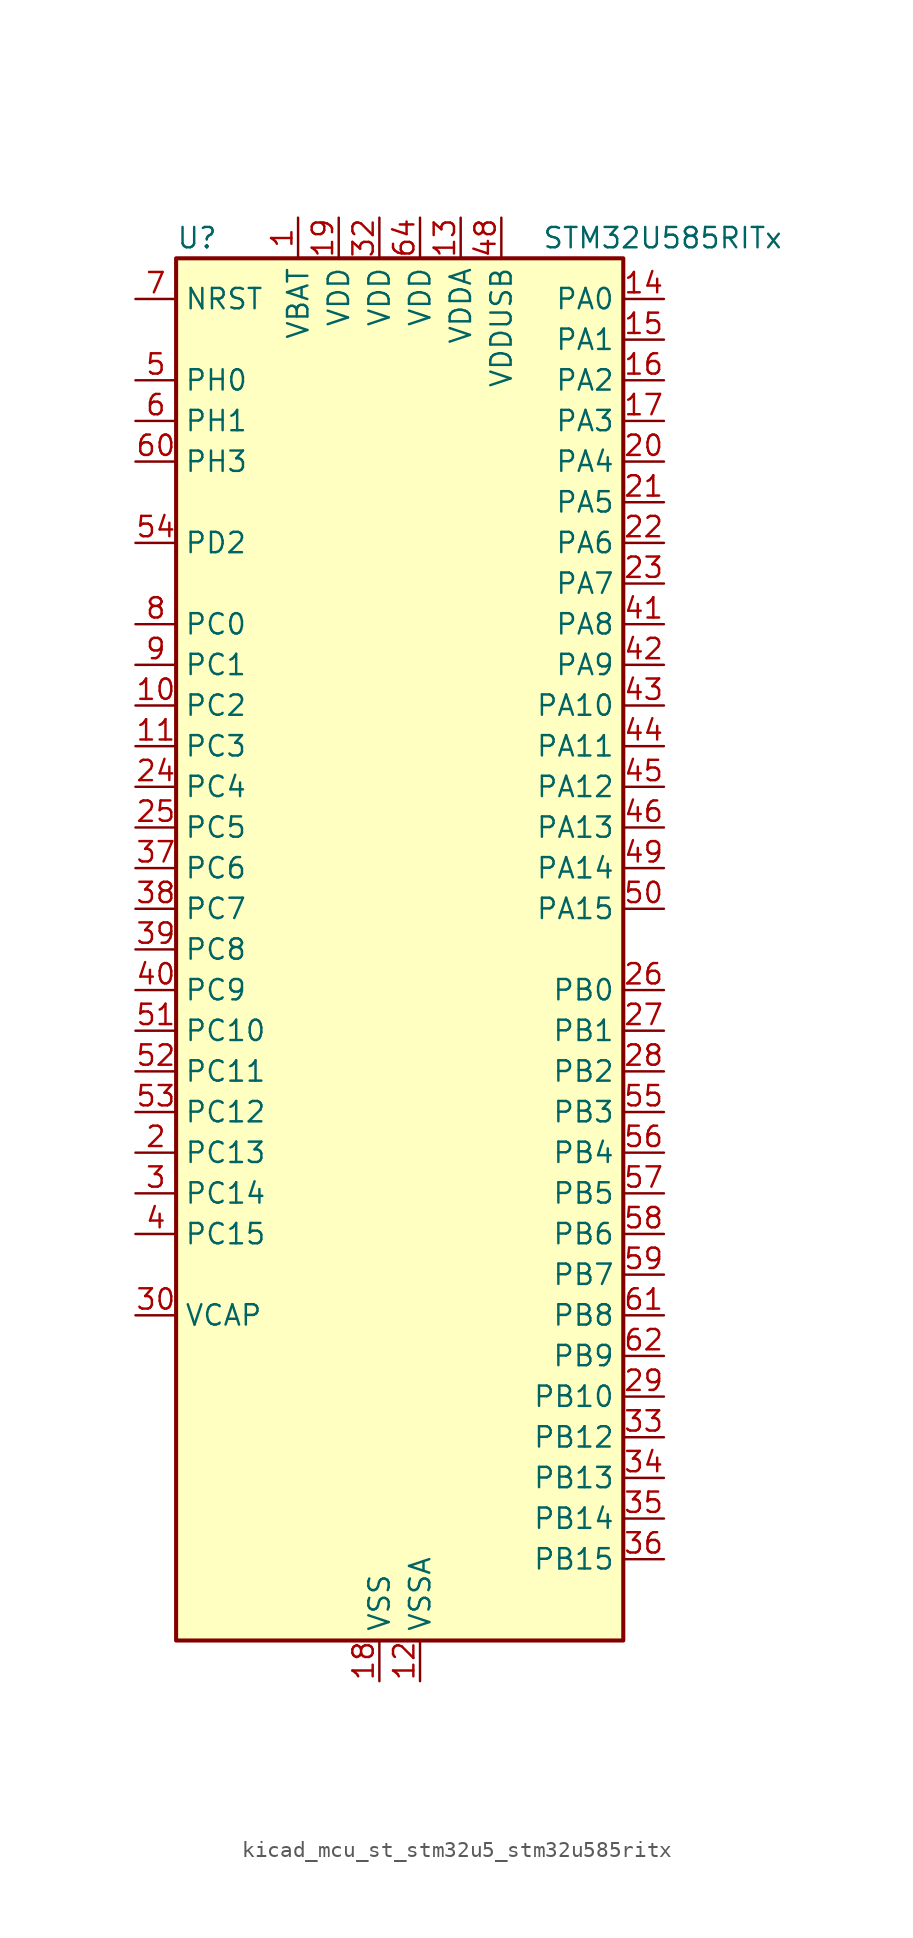
<source format=kicad_sym>
(kicad_symbol_lib
  (version 20220914)
  (generator kicad_symbol_editor)
  (symbol "kicad_mcu_st_stm32u5_stm32u585ritx"
    (property "Reference" "U"
      (at -12.7 44.45 0)
      (effects (font (size 1.27 1.27)) (justify left)))
    (property "Value" "STM32U585RITx"
      (at 10.16 44.45 0)
      (effects (font (size 1.27 1.27)) (justify left)))
    (property "ki_locked" ""
      (at 0 0 0)
      (effects (font (size 1.27 1.27))))
    (symbol "kicad_mcu_st_stm32u5_stm32u585ritx_0_1"
      (rectangle (start -12.7 -43.18) (end 15.24 43.18) (stroke (width 0.254) (type default)) (fill (type background))))
    (symbol "kicad_mcu_st_stm32u5_stm32u585ritx_1_1"
      (pin power_in line (at -5.08 45.72 270) (length 2.54) (name "VBAT" (effects (font (size 1.27 1.27)))) (number "1" (effects (font (size 1.27 1.27)))))
      (pin bidirectional line (at -15.24 15.24 0) (length 2.54) (name "PC2" (effects (font (size 1.27 1.27)))) (number "10" (effects (font (size 1.27 1.27)))) (alternate "ADC1_IN3" bidirectional line) (alternate "ADC4_IN3" bidirectional line) (alternate "LPTIM1_IN2" bidirectional line) (alternate "MDF1_CCK1" bidirectional line) (alternate "OCTOSPIM_P1_IO5" bidirectional line) (alternate "SPI2_MISO" bidirectional line))
      (pin bidirectional line (at -15.24 12.7 0) (length 2.54) (name "PC3" (effects (font (size 1.27 1.27)))) (number "11" (effects (font (size 1.27 1.27)))) (alternate "ADC1_IN4" bidirectional line) (alternate "ADC4_IN4" bidirectional line) (alternate "LPTIM1_ETR" bidirectional line) (alternate "LPTIM2_ETR" bidirectional line) (alternate "LPTIM3_CH1" bidirectional line) (alternate "OCTOSPIM_P1_IO6" bidirectional line) (alternate "SAI1_D1" bidirectional line) (alternate "SAI1_SD_A" bidirectional line) (alternate "SPI2_MOSI" bidirectional line))
      (pin power_in line (at 2.54 -45.72 90) (length 2.54) (name "VSSA" (effects (font (size 1.27 1.27)))) (number "12" (effects (font (size 1.27 1.27)))))
      (pin power_in line (at 5.08 45.72 270) (length 2.54) (name "VDDA" (effects (font (size 1.27 1.27)))) (number "13" (effects (font (size 1.27 1.27)))))
      (pin bidirectional line (at 17.78 40.64 180) (length 2.54) (name "PA0" (effects (font (size 1.27 1.27)))) (number "14" (effects (font (size 1.27 1.27)))) (alternate "ADC1_IN5" bidirectional line) (alternate "AUDIOCLK" bidirectional line) (alternate "OCTOSPIM_P2_NCS" bidirectional line) (alternate "OPAMP1_VINP" bidirectional line) (alternate "PWR_WKUP1" bidirectional line) (alternate "SDMMC2_CMD" bidirectional line) (alternate "SPI3_RDY" bidirectional line) (alternate "TAMP_IN2" bidirectional line) (alternate "TAMP_OUT1" bidirectional line) (alternate "TIM2_CH1" bidirectional line) (alternate "TIM2_ETR" bidirectional line) (alternate "TIM5_CH1" bidirectional line) (alternate "TIM8_ETR" bidirectional line) (alternate "UART4_TX" bidirectional line) (alternate "USART2_CTS" bidirectional line))
      (pin bidirectional line (at 17.78 38.1 180) (length 2.54) (name "PA1" (effects (font (size 1.27 1.27)))) (number "15" (effects (font (size 1.27 1.27)))) (alternate "ADC1_IN6" bidirectional line) (alternate "I2C1_SMBA" bidirectional line) (alternate "LPTIM1_CH2" bidirectional line) (alternate "OCTOSPIM_P1_DQS" bidirectional line) (alternate "OPAMP1_VINM" bidirectional line) (alternate "PWR_WKUP3" bidirectional line) (alternate "SPI1_SCK" bidirectional line) (alternate "TAMP_IN5" bidirectional line) (alternate "TAMP_OUT4" bidirectional line) (alternate "TIM15_CH1N" bidirectional line) (alternate "TIM2_CH2" bidirectional line) (alternate "TIM5_CH2" bidirectional line) (alternate "UART4_RX" bidirectional line) (alternate "USART2_DE" bidirectional line) (alternate "USART2_RTS" bidirectional line))
      (pin bidirectional line (at 17.78 35.56 180) (length 2.54) (name "PA2" (effects (font (size 1.27 1.27)))) (number "16" (effects (font (size 1.27 1.27)))) (alternate "ADC1_IN7" bidirectional line) (alternate "COMP1_INP" bidirectional line) (alternate "LPUART1_TX" bidirectional line) (alternate "OCTOSPIM_P1_NCS" bidirectional line) (alternate "PWR_WKUP4" bidirectional line) (alternate "RCC_LSCO" bidirectional line) (alternate "SPI1_RDY" bidirectional line) (alternate "TIM15_CH1" bidirectional line) (alternate "TIM2_CH3" bidirectional line) (alternate "TIM5_CH3" bidirectional line) (alternate "UCPD1_FRSTX1" bidirectional line) (alternate "USART2_TX" bidirectional line))
      (pin bidirectional line (at 17.78 33.02 180) (length 2.54) (name "PA3" (effects (font (size 1.27 1.27)))) (number "17" (effects (font (size 1.27 1.27)))) (alternate "ADC1_IN8" bidirectional line) (alternate "LPUART1_RX" bidirectional line) (alternate "OCTOSPIM_P1_CLK" bidirectional line) (alternate "OPAMP1_VOUT" bidirectional line) (alternate "PWR_WKUP5" bidirectional line) (alternate "SAI1_CK1" bidirectional line) (alternate "SAI1_MCLK_A" bidirectional line) (alternate "TIM15_CH2" bidirectional line) (alternate "TIM2_CH4" bidirectional line) (alternate "TIM5_CH4" bidirectional line) (alternate "USART2_RX" bidirectional line))
      (pin power_in line (at 0 -45.72 90) (length 2.54) (name "VSS" (effects (font (size 1.27 1.27)))) (number "18" (effects (font (size 1.27 1.27)))))
      (pin power_in line (at -2.54 45.72 270) (length 2.54) (name "VDD" (effects (font (size 1.27 1.27)))) (number "19" (effects (font (size 1.27 1.27)))))
      (pin bidirectional line (at -15.24 -12.7 0) (length 2.54) (name "PC13" (effects (font (size 1.27 1.27)))) (number "2" (effects (font (size 1.27 1.27)))) (alternate "PWR_WKUP2" bidirectional line) (alternate "RTC_OUT1" bidirectional line) (alternate "RTC_TS" bidirectional line) (alternate "TAMP_IN1" bidirectional line) (alternate "TAMP_OUT2" bidirectional line))
      (pin bidirectional line (at 17.78 30.48 180) (length 2.54) (name "PA4" (effects (font (size 1.27 1.27)))) (number "20" (effects (font (size 1.27 1.27)))) (alternate "ADC1_IN9" bidirectional line) (alternate "ADC4_IN9" bidirectional line) (alternate "DAC1_OUT1" bidirectional line) (alternate "DCMI_HSYNC" bidirectional line) (alternate "LPTIM2_CH1" bidirectional line) (alternate "OCTOSPIM_P1_NCS" bidirectional line) (alternate "PSSI_DE" bidirectional line) (alternate "PWR_WKUP2" bidirectional line) (alternate "SAI1_FS_B" bidirectional line) (alternate "SPI1_NSS" bidirectional line) (alternate "SPI3_NSS" bidirectional line) (alternate "USART2_CK" bidirectional line))
      (pin bidirectional line (at 17.78 27.94 180) (length 2.54) (name "PA5" (effects (font (size 1.27 1.27)))) (number "21" (effects (font (size 1.27 1.27)))) (alternate "ADC1_IN10" bidirectional line) (alternate "ADC4_IN10" bidirectional line) (alternate "DAC1_OUT2" bidirectional line) (alternate "LPTIM2_ETR" bidirectional line) (alternate "PSSI_D14" bidirectional line) (alternate "PWR_CSLEEP" bidirectional line) (alternate "PWR_WKUP6" bidirectional line) (alternate "SPI1_SCK" bidirectional line) (alternate "TIM2_CH1" bidirectional line) (alternate "TIM2_ETR" bidirectional line) (alternate "TIM8_CH1N" bidirectional line) (alternate "USART3_RX" bidirectional line))
      (pin bidirectional line (at 17.78 25.4 180) (length 2.54) (name "PA6" (effects (font (size 1.27 1.27)))) (number "22" (effects (font (size 1.27 1.27)))) (alternate "ADC1_IN11" bidirectional line) (alternate "ADC4_IN11" bidirectional line) (alternate "DCMI_PIXCLK" bidirectional line) (alternate "LPUART1_CTS" bidirectional line) (alternate "OCTOSPIM_P1_IO3" bidirectional line) (alternate "OPAMP2_VINP" bidirectional line) (alternate "PSSI_PDCK" bidirectional line) (alternate "PWR_CDSTOP" bidirectional line) (alternate "PWR_WKUP7" bidirectional line) (alternate "SPI1_MISO" bidirectional line) (alternate "TIM16_CH1" bidirectional line) (alternate "TIM1_BKIN" bidirectional line) (alternate "TIM3_CH1" bidirectional line) (alternate "TIM8_BKIN" bidirectional line) (alternate "USART3_CTS" bidirectional line))
      (pin bidirectional line (at 17.78 22.86 180) (length 2.54) (name "PA7" (effects (font (size 1.27 1.27)))) (number "23" (effects (font (size 1.27 1.27)))) (alternate "ADC1_IN12" bidirectional line) (alternate "ADC4_IN20" bidirectional line) (alternate "I2C3_SCL" bidirectional line) (alternate "LPTIM2_CH2" bidirectional line) (alternate "OCTOSPIM_P1_IO2" bidirectional line) (alternate "OPAMP2_VINM" bidirectional line) (alternate "PWR_SRDSTOP" bidirectional line) (alternate "PWR_WKUP8" bidirectional line) (alternate "SPI1_MOSI" bidirectional line) (alternate "TIM17_CH1" bidirectional line) (alternate "TIM1_CH1N" bidirectional line) (alternate "TIM3_CH2" bidirectional line) (alternate "TIM8_CH1N" bidirectional line) (alternate "USART3_TX" bidirectional line))
      (pin bidirectional line (at -15.24 10.16 0) (length 2.54) (name "PC4" (effects (font (size 1.27 1.27)))) (number "24" (effects (font (size 1.27 1.27)))) (alternate "ADC1_IN13" bidirectional line) (alternate "ADC4_IN22" bidirectional line) (alternate "COMP1_INM" bidirectional line) (alternate "OCTOSPIM_P1_IO7" bidirectional line) (alternate "USART3_TX" bidirectional line))
      (pin bidirectional line (at -15.24 7.62 0) (length 2.54) (name "PC5" (effects (font (size 1.27 1.27)))) (number "25" (effects (font (size 1.27 1.27)))) (alternate "ADC1_IN14" bidirectional line) (alternate "ADC4_IN23" bidirectional line) (alternate "COMP1_INP" bidirectional line) (alternate "PSSI_D15" bidirectional line) (alternate "PWR_WKUP5" bidirectional line) (alternate "SAI1_D3" bidirectional line) (alternate "TAMP_IN4" bidirectional line) (alternate "TAMP_OUT5" bidirectional line) (alternate "TIM1_CH4N" bidirectional line) (alternate "USART3_RX" bidirectional line))
      (pin bidirectional line (at 17.78 -2.54 180) (length 2.54) (name "PB0" (effects (font (size 1.27 1.27)))) (number "26" (effects (font (size 1.27 1.27)))) (alternate "ADC1_IN15" bidirectional line) (alternate "ADC4_IN18" bidirectional line) (alternate "AUDIOCLK" bidirectional line) (alternate "COMP1_OUT" bidirectional line) (alternate "LPTIM3_CH1" bidirectional line) (alternate "OCTOSPIM_P1_IO1" bidirectional line) (alternate "OPAMP2_VOUT" bidirectional line) (alternate "SPI1_NSS" bidirectional line) (alternate "TIM1_CH2N" bidirectional line) (alternate "TIM3_CH3" bidirectional line) (alternate "TIM8_CH2N" bidirectional line) (alternate "USART3_CK" bidirectional line))
      (pin bidirectional line (at 17.78 -5.08 180) (length 2.54) (name "PB1" (effects (font (size 1.27 1.27)))) (number "27" (effects (font (size 1.27 1.27)))) (alternate "ADC1_IN16" bidirectional line) (alternate "ADC4_IN19" bidirectional line) (alternate "COMP1_INM" bidirectional line) (alternate "LPTIM2_IN1" bidirectional line) (alternate "LPTIM3_CH2" bidirectional line) (alternate "LPUART1_DE" bidirectional line) (alternate "LPUART1_RTS" bidirectional line) (alternate "MDF1_SDI0" bidirectional line) (alternate "OCTOSPIM_P1_IO0" bidirectional line) (alternate "PWR_WKUP4" bidirectional line) (alternate "TIM1_CH3N" bidirectional line) (alternate "TIM3_CH4" bidirectional line) (alternate "TIM8_CH3N" bidirectional line) (alternate "USART3_DE" bidirectional line) (alternate "USART3_RTS" bidirectional line))
      (pin bidirectional line (at 17.78 -7.62 180) (length 2.54) (name "PB2" (effects (font (size 1.27 1.27)))) (number "28" (effects (font (size 1.27 1.27)))) (alternate "ADC1_IN17" bidirectional line) (alternate "COMP1_INP" bidirectional line) (alternate "I2C3_SMBA" bidirectional line) (alternate "LPTIM1_CH1" bidirectional line) (alternate "MDF1_CKI0" bidirectional line) (alternate "OCTOSPIM_P1_DQS" bidirectional line) (alternate "PWR_WKUP1" bidirectional line) (alternate "RTC_OUT2" bidirectional line) (alternate "SPI1_RDY" bidirectional line) (alternate "TIM8_CH4N" bidirectional line) (alternate "UCPD1_FRSTX1" bidirectional line))
      (pin bidirectional line (at 17.78 -27.94 180) (length 2.54) (name "PB10" (effects (font (size 1.27 1.27)))) (number "29" (effects (font (size 1.27 1.27)))) (alternate "COMP1_OUT" bidirectional line) (alternate "I2C2_SCL" bidirectional line) (alternate "I2C4_SCL" bidirectional line) (alternate "LPTIM3_CH1" bidirectional line) (alternate "LPUART1_RX" bidirectional line) (alternate "OCTOSPIM_P1_CLK" bidirectional line) (alternate "PWR_WKUP8" bidirectional line) (alternate "SAI1_SCK_A" bidirectional line) (alternate "SPI2_SCK" bidirectional line) (alternate "TIM2_CH3" bidirectional line) (alternate "TSC_SYNC" bidirectional line) (alternate "USART3_TX" bidirectional line))
      (pin bidirectional line (at -15.24 -15.24 0) (length 2.54) (name "PC14" (effects (font (size 1.27 1.27)))) (number "3" (effects (font (size 1.27 1.27)))) (alternate "RCC_OSC32_IN" bidirectional line))
      (pin power_out line (at -15.24 -22.86 0) (length 2.54) (name "VCAP" (effects (font (size 1.27 1.27)))) (number "30" (effects (font (size 1.27 1.27)))))
      (pin passive line (at 0 -45.72 90) (length 2.54) hide (name "VSS" (effects (font (size 1.27 1.27)))) (number "31" (effects (font (size 1.27 1.27)))))
      (pin power_in line (at 0 45.72 270) (length 2.54) (name "VDD" (effects (font (size 1.27 1.27)))) (number "32" (effects (font (size 1.27 1.27)))))
      (pin bidirectional line (at 17.78 -30.48 180) (length 2.54) (name "PB12" (effects (font (size 1.27 1.27)))) (number "33" (effects (font (size 1.27 1.27)))) (alternate "I2C2_SMBA" bidirectional line) (alternate "LPUART1_DE" bidirectional line) (alternate "LPUART1_RTS" bidirectional line) (alternate "MDF1_SDI1" bidirectional line) (alternate "OCTOSPIM_P1_NCLK" bidirectional line) (alternate "SPI2_NSS" bidirectional line) (alternate "TIM15_BKIN" bidirectional line) (alternate "TIM1_BKIN" bidirectional line) (alternate "TSC_G1_IO1" bidirectional line) (alternate "USART3_CK" bidirectional line))
      (pin bidirectional line (at 17.78 -33.02 180) (length 2.54) (name "PB13" (effects (font (size 1.27 1.27)))) (number "34" (effects (font (size 1.27 1.27)))) (alternate "I2C2_SCL" bidirectional line) (alternate "LPTIM3_IN1" bidirectional line) (alternate "LPUART1_CTS" bidirectional line) (alternate "MDF1_CKI1" bidirectional line) (alternate "SPI2_SCK" bidirectional line) (alternate "TIM15_CH1N" bidirectional line) (alternate "TIM1_CH1N" bidirectional line) (alternate "TSC_G1_IO2" bidirectional line) (alternate "USART3_CTS" bidirectional line))
      (pin bidirectional line (at 17.78 -35.56 180) (length 2.54) (name "PB14" (effects (font (size 1.27 1.27)))) (number "35" (effects (font (size 1.27 1.27)))) (alternate "I2C2_SDA" bidirectional line) (alternate "LPTIM3_ETR" bidirectional line) (alternate "MDF1_SDI2" bidirectional line) (alternate "SDMMC2_D0" bidirectional line) (alternate "SPI2_MISO" bidirectional line) (alternate "TIM15_CH1" bidirectional line) (alternate "TIM1_CH2N" bidirectional line) (alternate "TIM8_CH2N" bidirectional line) (alternate "TSC_G1_IO3" bidirectional line) (alternate "UCPD1_DBCC2" bidirectional line) (alternate "USART3_DE" bidirectional line) (alternate "USART3_RTS" bidirectional line))
      (pin bidirectional line (at 17.78 -38.1 180) (length 2.54) (name "PB15" (effects (font (size 1.27 1.27)))) (number "36" (effects (font (size 1.27 1.27)))) (alternate "ADC1_EXTI15" bidirectional line) (alternate "ADC4_EXTI15" bidirectional line) (alternate "LPTIM2_IN2" bidirectional line) (alternate "MDF1_CKI2" bidirectional line) (alternate "PWR_WKUP7" bidirectional line) (alternate "RTC_REFIN" bidirectional line) (alternate "SDMMC2_D1" bidirectional line) (alternate "SPI2_MOSI" bidirectional line) (alternate "TIM15_CH2" bidirectional line) (alternate "TIM1_CH3N" bidirectional line) (alternate "TIM8_CH3N" bidirectional line) (alternate "UCPD1_CC2" bidirectional line))
      (pin bidirectional line (at -15.24 5.08 0) (length 2.54) (name "PC6" (effects (font (size 1.27 1.27)))) (number "37" (effects (font (size 1.27 1.27)))) (alternate "DCMI_D0" bidirectional line) (alternate "MDF1_CKI3" bidirectional line) (alternate "PSSI_D0" bidirectional line) (alternate "PWR_CSLEEP" bidirectional line) (alternate "SDMMC1_D0DIR" bidirectional line) (alternate "SDMMC1_D6" bidirectional line) (alternate "SDMMC2_D6" bidirectional line) (alternate "TIM3_CH1" bidirectional line) (alternate "TIM8_CH1" bidirectional line) (alternate "TSC_G4_IO1" bidirectional line))
      (pin bidirectional line (at -15.24 2.54 0) (length 2.54) (name "PC7" (effects (font (size 1.27 1.27)))) (number "38" (effects (font (size 1.27 1.27)))) (alternate "DCMI_D1" bidirectional line) (alternate "LPTIM2_CH2" bidirectional line) (alternate "MDF1_SDI3" bidirectional line) (alternate "PSSI_D1" bidirectional line) (alternate "PWR_CDSTOP" bidirectional line) (alternate "SDMMC1_D123DIR" bidirectional line) (alternate "SDMMC1_D7" bidirectional line) (alternate "SDMMC2_D7" bidirectional line) (alternate "TIM3_CH2" bidirectional line) (alternate "TIM8_CH2" bidirectional line) (alternate "TSC_G4_IO2" bidirectional line))
      (pin bidirectional line (at -15.24 0 0) (length 2.54) (name "PC8" (effects (font (size 1.27 1.27)))) (number "39" (effects (font (size 1.27 1.27)))) (alternate "DCMI_D2" bidirectional line) (alternate "LPTIM3_CH1" bidirectional line) (alternate "PSSI_D2" bidirectional line) (alternate "PWR_SRDSTOP" bidirectional line) (alternate "SDMMC1_D0" bidirectional line) (alternate "TIM3_CH3" bidirectional line) (alternate "TIM8_CH3" bidirectional line) (alternate "TSC_G4_IO3" bidirectional line))
      (pin bidirectional line (at -15.24 -17.78 0) (length 2.54) (name "PC15" (effects (font (size 1.27 1.27)))) (number "4" (effects (font (size 1.27 1.27)))) (alternate "ADC1_EXTI15" bidirectional line) (alternate "ADC4_EXTI15" bidirectional line) (alternate "RCC_OSC32_OUT" bidirectional line))
      (pin bidirectional line (at -15.24 -2.54 0) (length 2.54) (name "PC9" (effects (font (size 1.27 1.27)))) (number "40" (effects (font (size 1.27 1.27)))) (alternate "DAC1_EXTI9" bidirectional line) (alternate "DCMI_D3" bidirectional line) (alternate "DEBUG_TRACED0" bidirectional line) (alternate "LPTIM3_CH2" bidirectional line) (alternate "PSSI_D3" bidirectional line) (alternate "SDMMC1_D1" bidirectional line) (alternate "TIM3_CH4" bidirectional line) (alternate "TIM8_BKIN2" bidirectional line) (alternate "TIM8_CH4" bidirectional line) (alternate "TSC_G4_IO4" bidirectional line) (alternate "USB_OTG_FS_NOE" bidirectional line))
      (pin bidirectional line (at 17.78 20.32 180) (length 2.54) (name "PA8" (effects (font (size 1.27 1.27)))) (number "41" (effects (font (size 1.27 1.27)))) (alternate "DEBUG_TRACECLK" bidirectional line) (alternate "LPTIM2_CH1" bidirectional line) (alternate "RCC_MCO" bidirectional line) (alternate "SAI1_CK2" bidirectional line) (alternate "SAI1_SCK_A" bidirectional line) (alternate "SPI1_RDY" bidirectional line) (alternate "TIM1_CH1" bidirectional line) (alternate "USART1_CK" bidirectional line) (alternate "USB_OTG_FS_SOF" bidirectional line))
      (pin bidirectional line (at 17.78 17.78 180) (length 2.54) (name "PA9" (effects (font (size 1.27 1.27)))) (number "42" (effects (font (size 1.27 1.27)))) (alternate "DAC1_EXTI9" bidirectional line) (alternate "DCMI_D0" bidirectional line) (alternate "PSSI_D0" bidirectional line) (alternate "SAI1_FS_A" bidirectional line) (alternate "SPI2_SCK" bidirectional line) (alternate "TIM15_BKIN" bidirectional line) (alternate "TIM1_CH2" bidirectional line) (alternate "USART1_TX" bidirectional line) (alternate "USB_OTG_FS_VBUS" bidirectional line))
      (pin bidirectional line (at 17.78 15.24 180) (length 2.54) (name "PA10" (effects (font (size 1.27 1.27)))) (number "43" (effects (font (size 1.27 1.27)))) (alternate "CRS_SYNC" bidirectional line) (alternate "DCMI_D1" bidirectional line) (alternate "LPTIM2_IN2" bidirectional line) (alternate "PSSI_D1" bidirectional line) (alternate "SAI1_D1" bidirectional line) (alternate "SAI1_SD_A" bidirectional line) (alternate "TIM17_BKIN" bidirectional line) (alternate "TIM1_CH3" bidirectional line) (alternate "USART1_RX" bidirectional line) (alternate "USB_OTG_FS_ID" bidirectional line))
      (pin bidirectional line (at 17.78 12.7 180) (length 2.54) (name "PA11" (effects (font (size 1.27 1.27)))) (number "44" (effects (font (size 1.27 1.27)))) (alternate "ADC1_EXTI11" bidirectional line) (alternate "FDCAN1_RX" bidirectional line) (alternate "SPI1_MISO" bidirectional line) (alternate "TIM1_BKIN2" bidirectional line) (alternate "TIM1_CH4" bidirectional line) (alternate "USART1_CTS" bidirectional line) (alternate "USB_OTG_FS_DM" bidirectional line))
      (pin bidirectional line (at 17.78 10.16 180) (length 2.54) (name "PA12" (effects (font (size 1.27 1.27)))) (number "45" (effects (font (size 1.27 1.27)))) (alternate "FDCAN1_TX" bidirectional line) (alternate "OCTOSPIM_P2_NCS" bidirectional line) (alternate "SPI1_MOSI" bidirectional line) (alternate "TIM1_ETR" bidirectional line) (alternate "USART1_DE" bidirectional line) (alternate "USART1_RTS" bidirectional line) (alternate "USB_OTG_FS_DP" bidirectional line))
      (pin bidirectional line (at 17.78 7.62 180) (length 2.54) (name "PA13" (effects (font (size 1.27 1.27)))) (number "46" (effects (font (size 1.27 1.27)))) (alternate "DEBUG_JTMS-SWDIO" bidirectional line) (alternate "IR_OUT" bidirectional line) (alternate "SAI1_SD_B" bidirectional line) (alternate "USB_OTG_FS_NOE" bidirectional line))
      (pin passive line (at 0 -45.72 90) (length 2.54) hide (name "VSS" (effects (font (size 1.27 1.27)))) (number "47" (effects (font (size 1.27 1.27)))))
      (pin power_in line (at 7.62 45.72 270) (length 2.54) (name "VDDUSB" (effects (font (size 1.27 1.27)))) (number "48" (effects (font (size 1.27 1.27)))))
      (pin bidirectional line (at 17.78 5.08 180) (length 2.54) (name "PA14" (effects (font (size 1.27 1.27)))) (number "49" (effects (font (size 1.27 1.27)))) (alternate "DEBUG_JTCK-SWCLK" bidirectional line) (alternate "I2C1_SMBA" bidirectional line) (alternate "I2C4_SMBA" bidirectional line) (alternate "LPTIM1_CH1" bidirectional line) (alternate "SAI1_FS_B" bidirectional line) (alternate "USB_OTG_FS_SOF" bidirectional line))
      (pin bidirectional line (at -15.24 35.56 0) (length 2.54) (name "PH0" (effects (font (size 1.27 1.27)))) (number "5" (effects (font (size 1.27 1.27)))) (alternate "RCC_OSC_IN" bidirectional line))
      (pin bidirectional line (at 17.78 2.54 180) (length 2.54) (name "PA15" (effects (font (size 1.27 1.27)))) (number "50" (effects (font (size 1.27 1.27)))) (alternate "ADC1_EXTI15" bidirectional line) (alternate "ADC4_EXTI15" bidirectional line) (alternate "DEBUG_JTDI" bidirectional line) (alternate "SPI1_NSS" bidirectional line) (alternate "SPI3_NSS" bidirectional line) (alternate "TIM2_CH1" bidirectional line) (alternate "TIM2_ETR" bidirectional line) (alternate "UART4_DE" bidirectional line) (alternate "UART4_RTS" bidirectional line) (alternate "UCPD1_CC1" bidirectional line) (alternate "USART2_RX" bidirectional line) (alternate "USART3_DE" bidirectional line) (alternate "USART3_RTS" bidirectional line))
      (pin bidirectional line (at -15.24 -5.08 0) (length 2.54) (name "PC10" (effects (font (size 1.27 1.27)))) (number "51" (effects (font (size 1.27 1.27)))) (alternate "ADF1_CCK1" bidirectional line) (alternate "DCMI_D8" bidirectional line) (alternate "DEBUG_TRACED1" bidirectional line) (alternate "LPTIM3_ETR" bidirectional line) (alternate "PSSI_D8" bidirectional line) (alternate "SDMMC1_D2" bidirectional line) (alternate "SPI3_SCK" bidirectional line) (alternate "TSC_G3_IO2" bidirectional line) (alternate "UART4_TX" bidirectional line) (alternate "USART3_TX" bidirectional line))
      (pin bidirectional line (at -15.24 -7.62 0) (length 2.54) (name "PC11" (effects (font (size 1.27 1.27)))) (number "52" (effects (font (size 1.27 1.27)))) (alternate "ADC1_EXTI11" bidirectional line) (alternate "ADF1_SDI0" bidirectional line) (alternate "DCMI_D2" bidirectional line) (alternate "DCMI_D4" bidirectional line) (alternate "LPTIM3_IN1" bidirectional line) (alternate "OCTOSPIM_P1_NCS" bidirectional line) (alternate "PSSI_D2" bidirectional line) (alternate "PSSI_D4" bidirectional line) (alternate "SDMMC1_D3" bidirectional line) (alternate "SPI3_MISO" bidirectional line) (alternate "TSC_G3_IO3" bidirectional line) (alternate "UART4_RX" bidirectional line) (alternate "UCPD1_FRSTX2" bidirectional line) (alternate "USART3_RX" bidirectional line))
      (pin bidirectional line (at -15.24 -10.16 0) (length 2.54) (name "PC12" (effects (font (size 1.27 1.27)))) (number "53" (effects (font (size 1.27 1.27)))) (alternate "DCMI_D9" bidirectional line) (alternate "DEBUG_TRACED3" bidirectional line) (alternate "PSSI_D9" bidirectional line) (alternate "SDMMC1_CK" bidirectional line) (alternate "SPI3_MOSI" bidirectional line) (alternate "TSC_G3_IO4" bidirectional line) (alternate "UART5_TX" bidirectional line) (alternate "USART3_CK" bidirectional line))
      (pin bidirectional line (at -15.24 25.4 0) (length 2.54) (name "PD2" (effects (font (size 1.27 1.27)))) (number "54" (effects (font (size 1.27 1.27)))) (alternate "DCMI_D11" bidirectional line) (alternate "DEBUG_TRACED2" bidirectional line) (alternate "LPTIM4_ETR" bidirectional line) (alternate "PSSI_D11" bidirectional line) (alternate "SDMMC1_CMD" bidirectional line) (alternate "TIM3_ETR" bidirectional line) (alternate "TSC_SYNC" bidirectional line) (alternate "UART5_RX" bidirectional line) (alternate "USART3_DE" bidirectional line) (alternate "USART3_RTS" bidirectional line))
      (pin bidirectional line (at 17.78 -10.16 180) (length 2.54) (name "PB3" (effects (font (size 1.27 1.27)))) (number "55" (effects (font (size 1.27 1.27)))) (alternate "ADF1_CCK0" bidirectional line) (alternate "COMP2_INM" bidirectional line) (alternate "CRS_SYNC" bidirectional line) (alternate "DEBUG_JTDO-SWO" bidirectional line) (alternate "I2C1_SDA" bidirectional line) (alternate "LPTIM1_CH1" bidirectional line) (alternate "SAI1_SCK_B" bidirectional line) (alternate "SDMMC2_D2" bidirectional line) (alternate "SPI1_SCK" bidirectional line) (alternate "SPI3_SCK" bidirectional line) (alternate "TIM2_CH2" bidirectional line) (alternate "USART1_DE" bidirectional line) (alternate "USART1_RTS" bidirectional line))
      (pin bidirectional line (at 17.78 -12.7 180) (length 2.54) (name "PB4" (effects (font (size 1.27 1.27)))) (number "56" (effects (font (size 1.27 1.27)))) (alternate "ADF1_SDI0" bidirectional line) (alternate "COMP2_INP" bidirectional line) (alternate "DCMI_D12" bidirectional line) (alternate "DEBUG_JTRST" bidirectional line) (alternate "I2C3_SDA" bidirectional line) (alternate "LPTIM1_CH2" bidirectional line) (alternate "PSSI_D12" bidirectional line) (alternate "SAI1_MCLK_B" bidirectional line) (alternate "SDMMC2_D3" bidirectional line) (alternate "SPI1_MISO" bidirectional line) (alternate "SPI3_MISO" bidirectional line) (alternate "TIM17_BKIN" bidirectional line) (alternate "TIM3_CH1" bidirectional line) (alternate "TSC_G2_IO1" bidirectional line) (alternate "UART5_DE" bidirectional line) (alternate "UART5_RTS" bidirectional line) (alternate "USART1_CTS" bidirectional line))
      (pin bidirectional line (at 17.78 -15.24 180) (length 2.54) (name "PB5" (effects (font (size 1.27 1.27)))) (number "57" (effects (font (size 1.27 1.27)))) (alternate "COMP2_OUT" bidirectional line) (alternate "DCMI_D10" bidirectional line) (alternate "I2C1_SMBA" bidirectional line) (alternate "LPTIM1_IN1" bidirectional line) (alternate "OCTOSPIM_P1_NCLK" bidirectional line) (alternate "PSSI_D10" bidirectional line) (alternate "PWR_WKUP6" bidirectional line) (alternate "SAI1_SD_B" bidirectional line) (alternate "SPI1_MOSI" bidirectional line) (alternate "SPI3_MOSI" bidirectional line) (alternate "TIM16_BKIN" bidirectional line) (alternate "TIM3_CH2" bidirectional line) (alternate "TSC_G2_IO2" bidirectional line) (alternate "UART5_CTS" bidirectional line) (alternate "UCPD1_DBCC1" bidirectional line) (alternate "USART1_CK" bidirectional line))
      (pin bidirectional line (at 17.78 -17.78 180) (length 2.54) (name "PB6" (effects (font (size 1.27 1.27)))) (number "58" (effects (font (size 1.27 1.27)))) (alternate "COMP2_INP" bidirectional line) (alternate "DCMI_D5" bidirectional line) (alternate "I2C1_SCL" bidirectional line) (alternate "I2C4_SCL" bidirectional line) (alternate "LPTIM1_ETR" bidirectional line) (alternate "MDF1_SDI5" bidirectional line) (alternate "PSSI_D5" bidirectional line) (alternate "PWR_WKUP3" bidirectional line) (alternate "SAI1_FS_B" bidirectional line) (alternate "TIM16_CH1N" bidirectional line) (alternate "TIM4_CH1" bidirectional line) (alternate "TIM8_BKIN2" bidirectional line) (alternate "TSC_G2_IO3" bidirectional line) (alternate "USART1_TX" bidirectional line))
      (pin bidirectional line (at 17.78 -20.32 180) (length 2.54) (name "PB7" (effects (font (size 1.27 1.27)))) (number "59" (effects (font (size 1.27 1.27)))) (alternate "COMP2_INM" bidirectional line) (alternate "DCMI_VSYNC" bidirectional line) (alternate "I2C1_SDA" bidirectional line) (alternate "I2C4_SDA" bidirectional line) (alternate "LPTIM1_IN2" bidirectional line) (alternate "MDF1_CKI5" bidirectional line) (alternate "PSSI_RDY" bidirectional line) (alternate "PWR_PVD_IN" bidirectional line) (alternate "PWR_WKUP4" bidirectional line) (alternate "TIM17_CH1N" bidirectional line) (alternate "TIM4_CH2" bidirectional line) (alternate "TIM8_BKIN" bidirectional line) (alternate "TSC_G2_IO4" bidirectional line) (alternate "UART4_CTS" bidirectional line) (alternate "USART1_RX" bidirectional line))
      (pin bidirectional line (at -15.24 33.02 0) (length 2.54) (name "PH1" (effects (font (size 1.27 1.27)))) (number "6" (effects (font (size 1.27 1.27)))) (alternate "RCC_OSC_OUT" bidirectional line))
      (pin bidirectional line (at -15.24 30.48 0) (length 2.54) (name "PH3" (effects (font (size 1.27 1.27)))) (number "60" (effects (font (size 1.27 1.27)))))
      (pin bidirectional line (at 17.78 -22.86 180) (length 2.54) (name "PB8" (effects (font (size 1.27 1.27)))) (number "61" (effects (font (size 1.27 1.27)))) (alternate "DCMI_D6" bidirectional line) (alternate "FDCAN1_RX" bidirectional line) (alternate "I2C1_SCL" bidirectional line) (alternate "MDF1_CCK0" bidirectional line) (alternate "PSSI_D6" bidirectional line) (alternate "PWR_WKUP5" bidirectional line) (alternate "SAI1_CK1" bidirectional line) (alternate "SAI1_MCLK_A" bidirectional line) (alternate "SDMMC1_CKIN" bidirectional line) (alternate "SDMMC1_D4" bidirectional line) (alternate "SDMMC2_D4" bidirectional line) (alternate "SPI3_RDY" bidirectional line) (alternate "TIM16_CH1" bidirectional line) (alternate "TIM4_CH3" bidirectional line))
      (pin bidirectional line (at 17.78 -25.4 180) (length 2.54) (name "PB9" (effects (font (size 1.27 1.27)))) (number "62" (effects (font (size 1.27 1.27)))) (alternate "DAC1_EXTI9" bidirectional line) (alternate "DCMI_D7" bidirectional line) (alternate "FDCAN1_TX" bidirectional line) (alternate "I2C1_SDA" bidirectional line) (alternate "IR_OUT" bidirectional line) (alternate "PSSI_D7" bidirectional line) (alternate "SAI1_D2" bidirectional line) (alternate "SAI1_FS_A" bidirectional line) (alternate "SDMMC1_CDIR" bidirectional line) (alternate "SDMMC1_D5" bidirectional line) (alternate "SDMMC2_D5" bidirectional line) (alternate "SPI2_NSS" bidirectional line) (alternate "TIM17_CH1" bidirectional line) (alternate "TIM4_CH4" bidirectional line))
      (pin passive line (at 0 -45.72 90) (length 2.54) hide (name "VSS" (effects (font (size 1.27 1.27)))) (number "63" (effects (font (size 1.27 1.27)))))
      (pin power_in line (at 2.54 45.72 270) (length 2.54) (name "VDD" (effects (font (size 1.27 1.27)))) (number "64" (effects (font (size 1.27 1.27)))))
      (pin input line (at -15.24 40.64 0) (length 2.54) (name "NRST" (effects (font (size 1.27 1.27)))) (number "7" (effects (font (size 1.27 1.27)))))
      (pin bidirectional line (at -15.24 20.32 0) (length 2.54) (name "PC0" (effects (font (size 1.27 1.27)))) (number "8" (effects (font (size 1.27 1.27)))) (alternate "ADC1_IN1" bidirectional line) (alternate "ADC4_IN1" bidirectional line) (alternate "I2C3_SCL" bidirectional line) (alternate "LPTIM1_IN1" bidirectional line) (alternate "LPTIM2_IN1" bidirectional line) (alternate "LPUART1_RX" bidirectional line) (alternate "MDF1_SDI4" bidirectional line) (alternate "OCTOSPIM_P1_IO7" bidirectional line) (alternate "SDMMC1_D5" bidirectional line) (alternate "SPI2_RDY" bidirectional line))
      (pin bidirectional line (at -15.24 17.78 0) (length 2.54) (name "PC1" (effects (font (size 1.27 1.27)))) (number "9" (effects (font (size 1.27 1.27)))) (alternate "ADC1_IN2" bidirectional line) (alternate "ADC4_IN2" bidirectional line) (alternate "DEBUG_TRACED0" bidirectional line) (alternate "I2C3_SDA" bidirectional line) (alternate "LPTIM1_CH1" bidirectional line) (alternate "LPUART1_TX" bidirectional line) (alternate "MDF1_CKI4" bidirectional line) (alternate "OCTOSPIM_P1_IO4" bidirectional line) (alternate "SAI1_SD_A" bidirectional line) (alternate "SDMMC2_CK" bidirectional line) (alternate "SPI2_MOSI" bidirectional line)))))
</source>
